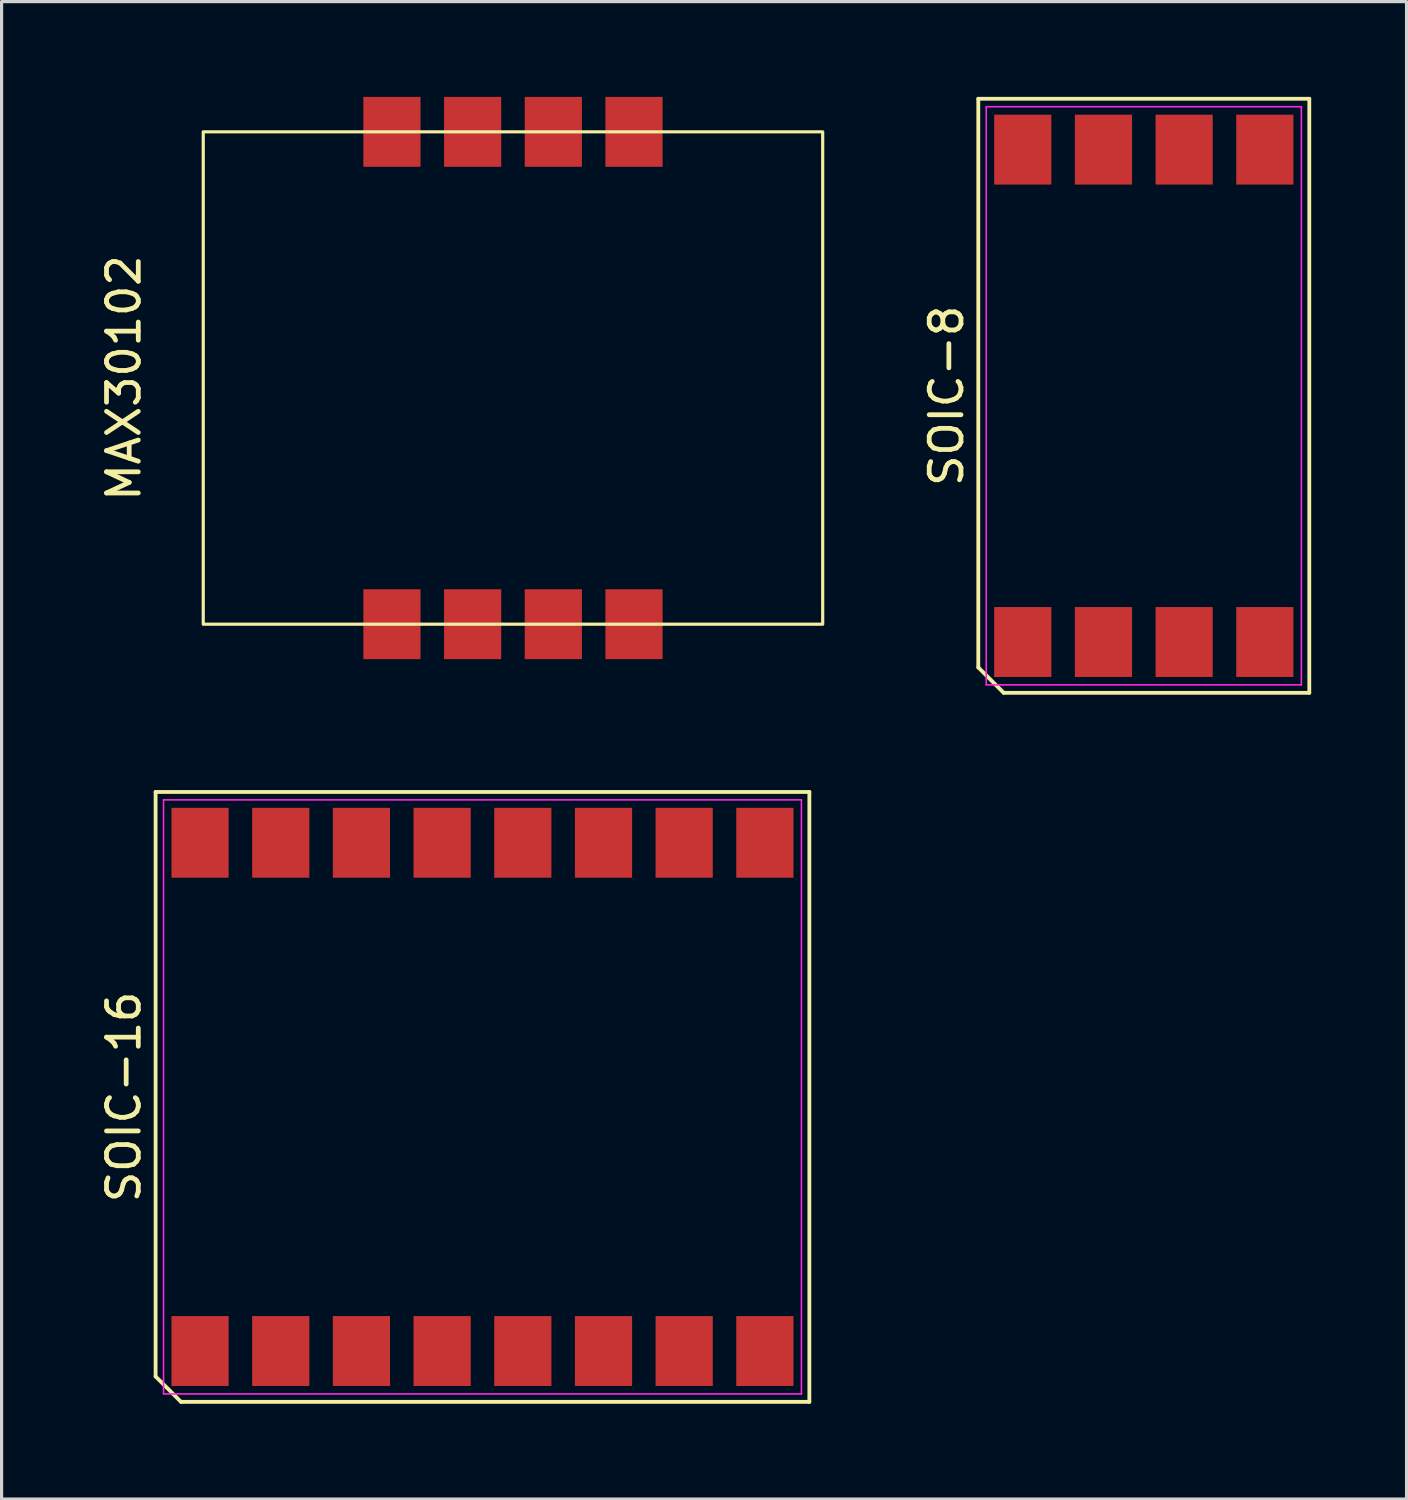
<source format=kicad_pcb>
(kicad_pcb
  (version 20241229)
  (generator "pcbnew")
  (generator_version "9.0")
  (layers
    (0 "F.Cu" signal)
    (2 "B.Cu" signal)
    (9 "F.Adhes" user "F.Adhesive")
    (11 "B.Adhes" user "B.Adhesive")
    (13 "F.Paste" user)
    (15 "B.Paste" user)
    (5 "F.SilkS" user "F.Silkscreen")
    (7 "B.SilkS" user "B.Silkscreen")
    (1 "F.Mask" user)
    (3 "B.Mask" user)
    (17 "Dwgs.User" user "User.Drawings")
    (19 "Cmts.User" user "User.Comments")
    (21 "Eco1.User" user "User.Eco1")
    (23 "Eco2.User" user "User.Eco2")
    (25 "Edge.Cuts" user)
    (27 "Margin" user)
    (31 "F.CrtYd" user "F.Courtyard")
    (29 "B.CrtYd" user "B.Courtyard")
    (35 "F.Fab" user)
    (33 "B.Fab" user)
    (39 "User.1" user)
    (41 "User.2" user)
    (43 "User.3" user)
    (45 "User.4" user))
  (footprint "SOIC-16"
    (layer "F.Cu")
    (at 12.138 31.48)
    (property "Reference" "SOIC-16" (at -11.29 0 90) (layer "F.SilkS") (effects (font (size 1 1) (thickness 0.15))))
    (attr smd)
    (fp_line (start -10.29 -9.6) (end 10.29 -9.6) (stroke (width 0.12) (type default)) (layer "F.SilkS"))
    (fp_line (start -10.29 8.8) (end -10.29 -9.6) (stroke (width 0.12) (type default)) (layer "F.SilkS"))
    (fp_line (start -9.49 9.6) (end -10.29 8.8) (stroke (width 0.12) (type default)) (layer "F.SilkS"))
    (fp_line (start 10.29 -9.6) (end 10.29 9.6) (stroke (width 0.12) (type default)) (layer "F.SilkS"))
    (fp_line (start 10.29 9.6) (end -9.49 9.6) (stroke (width 0.12) (type default)) (layer "F.SilkS"))
    (fp_line (start -10.04 -9.35) (end 10.04 -9.35) (stroke (width 0.05) (type default)) (layer "F.CrtYd"))
    (fp_line (start -10.04 9.35) (end -10.04 -9.35) (stroke (width 0.05) (type default)) (layer "F.CrtYd"))
    (fp_line (start 10.04 -9.35) (end 10.04 9.35) (stroke (width 0.05) (type default)) (layer "F.CrtYd"))
    (fp_line (start 10.04 9.35) (end -10.04 9.35) (stroke (width 0.05) (type default)) (layer "F.CrtYd"))
    (pad "1" smd rect (at -8.89 8) (size 1.8 2.2) (layers "F.Cu" "F.Mask" "F.Paste"))
    (pad "2" smd rect (at -6.35 8) (size 1.8 2.2) (layers "F.Cu" "F.Mask" "F.Paste"))
    (pad "3" smd rect (at -3.81 8) (size 1.8 2.2) (layers "F.Cu" "F.Mask" "F.Paste"))
    (pad "4" smd rect (at -1.27 8) (size 1.8 2.2) (layers "F.Cu" "F.Mask" "F.Paste"))
    (pad "5" smd rect (at 1.27 8) (size 1.8 2.2) (layers "F.Cu" "F.Mask" "F.Paste"))
    (pad "6" smd rect (at 3.81 8) (size 1.8 2.2) (layers "F.Cu" "F.Mask" "F.Paste"))
    (pad "7" smd rect (at 6.35 8) (size 1.8 2.2) (layers "F.Cu" "F.Mask" "F.Paste"))
    (pad "8" smd rect (at 8.89 8) (size 1.8 2.2) (layers "F.Cu" "F.Mask" "F.Paste"))
    (pad "9" smd rect (at 8.89 -8) (size 1.8 2.2) (layers "F.Cu" "F.Mask" "F.Paste"))
    (pad "10" smd rect (at 6.35 -8) (size 1.8 2.2) (layers "F.Cu" "F.Mask" "F.Paste"))
    (pad "11" smd rect (at 3.81 -8) (size 1.8 2.2) (layers "F.Cu" "F.Mask" "F.Paste"))
    (pad "12" smd rect (at 1.27 -8) (size 1.8 2.2) (layers "F.Cu" "F.Mask" "F.Paste"))
    (pad "13" smd rect (at -1.27 -8) (size 1.8 2.2) (layers "F.Cu" "F.Mask" "F.Paste"))
    (pad "14" smd rect (at -3.81 -8) (size 1.8 2.2) (layers "F.Cu" "F.Mask" "F.Paste"))
    (pad "15" smd rect (at -6.35 -8) (size 1.8 2.2) (layers "F.Cu" "F.Mask" "F.Paste"))
    (pad "16" smd rect (at -8.89 -8) (size 1.8 2.2) (layers "F.Cu" "F.Mask" "F.Paste")))
  (footprint "MAX30102"
    (layer "F.Cu")
    (at 13.098 8.85)
    (property "Reference" "MAX30102" (at -12.25 0 90) (layer "F.SilkS") (effects (font (size 1 1) (thickness 0.15))))
    (attr smd)
    (fp_rect (start -9.75 -7.75) (end 9.75 7.75) (stroke (width 0.1) (type default)) (fill no) (layer "F.SilkS"))
    (pad "1" smd rect (at -3.81 7.75) (size 1.8 2.2) (layers "F.Cu" "F.Mask" "F.Paste"))
    (pad "2" smd rect (at -1.27 7.75) (size 1.8 2.2) (layers "F.Cu" "F.Mask" "F.Paste"))
    (pad "3" smd rect (at 1.27 7.75) (size 1.8 2.2) (layers "F.Cu" "F.Mask" "F.Paste"))
    (pad "4" smd rect (at 3.81 7.75) (size 1.8 2.2) (layers "F.Cu" "F.Mask" "F.Paste"))
    (pad "5" smd rect (at 3.81 -7.75) (size 1.8 2.2) (layers "F.Cu" "F.Mask" "F.Paste"))
    (pad "6" smd rect (at 1.27 -7.75) (size 1.8 2.2) (layers "F.Cu" "F.Mask" "F.Paste"))
    (pad "7" smd rect (at -1.27 -7.75) (size 1.8 2.2) (layers "F.Cu" "F.Mask" "F.Paste"))
    (pad "8" smd rect (at -3.81 -7.75) (size 1.8 2.2) (layers "F.Cu" "F.Mask" "F.Paste"))
    (zone (net_name "") (layer "F.Cu") (hatch edge 0.5) (connect_pads) (min_thickness 0.25) (filled_areas_thickness no) (keepout (tracks not_allowed) (vias not_allowed) (pads not_allowed) (copperpour not_allowed) (footprints allowed)) (placement (enabled no)) (fill) (polygon (pts (xy 3.348 1.1) (xy 8.388 1.1) (xy 8.388 2.2) (xy 17.808 2.2) (xy 17.808 1.1) (xy 22.848 1.1) (xy 22.848 16.6) (xy 17.808 16.6) (xy 17.808 15.5) (xy 8.388 15.5) (xy 8.388 16.6) (xy 3.348 16.6)))))
  (footprint "SOIC-8"
    (layer "F.Cu")
    (at 32.956 9.41)
    (property "Reference" "SOIC-8" (at -6.21 0 90) (layer "F.SilkS") (effects (font (size 1 1) (thickness 0.15))))
    (attr smd)
    (fp_line (start -5.21 -9.35) (end 5.21 -9.35) (stroke (width 0.12) (type default)) (layer "F.SilkS"))
    (fp_line (start -5.21 8.55) (end -5.21 -9.35) (stroke (width 0.12) (type default)) (layer "F.SilkS"))
    (fp_line (start -4.41 9.35) (end -5.21 8.55) (stroke (width 0.12) (type default)) (layer "F.SilkS"))
    (fp_line (start 5.21 -9.35) (end 5.21 9.35) (stroke (width 0.12) (type default)) (layer "F.SilkS"))
    (fp_line (start 5.21 9.35) (end -4.41 9.35) (stroke (width 0.12) (type default)) (layer "F.SilkS"))
    (fp_line (start -4.96 -9.1) (end 4.96 -9.1) (stroke (width 0.05) (type default)) (layer "F.CrtYd"))
    (fp_line (start -4.96 9.1) (end -4.96 -9.1) (stroke (width 0.05) (type default)) (layer "F.CrtYd"))
    (fp_line (start 4.96 -9.1) (end 4.96 9.1) (stroke (width 0.05) (type default)) (layer "F.CrtYd"))
    (fp_line (start 4.96 9.1) (end -4.96 9.1) (stroke (width 0.05) (type default)) (layer "F.CrtYd"))
    (pad "1" smd rect (at -3.81 7.75) (size 1.8 2.2) (layers "F.Cu" "F.Mask" "F.Paste"))
    (pad "2" smd rect (at -1.27 7.75) (size 1.8 2.2) (layers "F.Cu" "F.Mask" "F.Paste"))
    (pad "3" smd rect (at 1.27 7.75) (size 1.8 2.2) (layers "F.Cu" "F.Mask" "F.Paste"))
    (pad "4" smd rect (at 3.81 7.75) (size 1.8 2.2) (layers "F.Cu" "F.Mask" "F.Paste"))
    (pad "5" smd rect (at 3.81 -7.75) (size 1.8 2.2) (layers "F.Cu" "F.Mask" "F.Paste"))
    (pad "6" smd rect (at 1.27 -7.75) (size 1.8 2.2) (layers "F.Cu" "F.Mask" "F.Paste"))
    (pad "7" smd rect (at -1.27 -7.75) (size 1.8 2.2) (layers "F.Cu" "F.Mask" "F.Paste"))
    (pad "8" smd rect (at -3.81 -7.75) (size 1.8 2.2) (layers "F.Cu" "F.Mask" "F.Paste")))
  (gr_rect
    (start -3 -3)
    (end 41.227 44.14)
    (stroke (width 0.1) (type default))
    (fill no)
    (layer "Edge.Cuts")))
</source>
